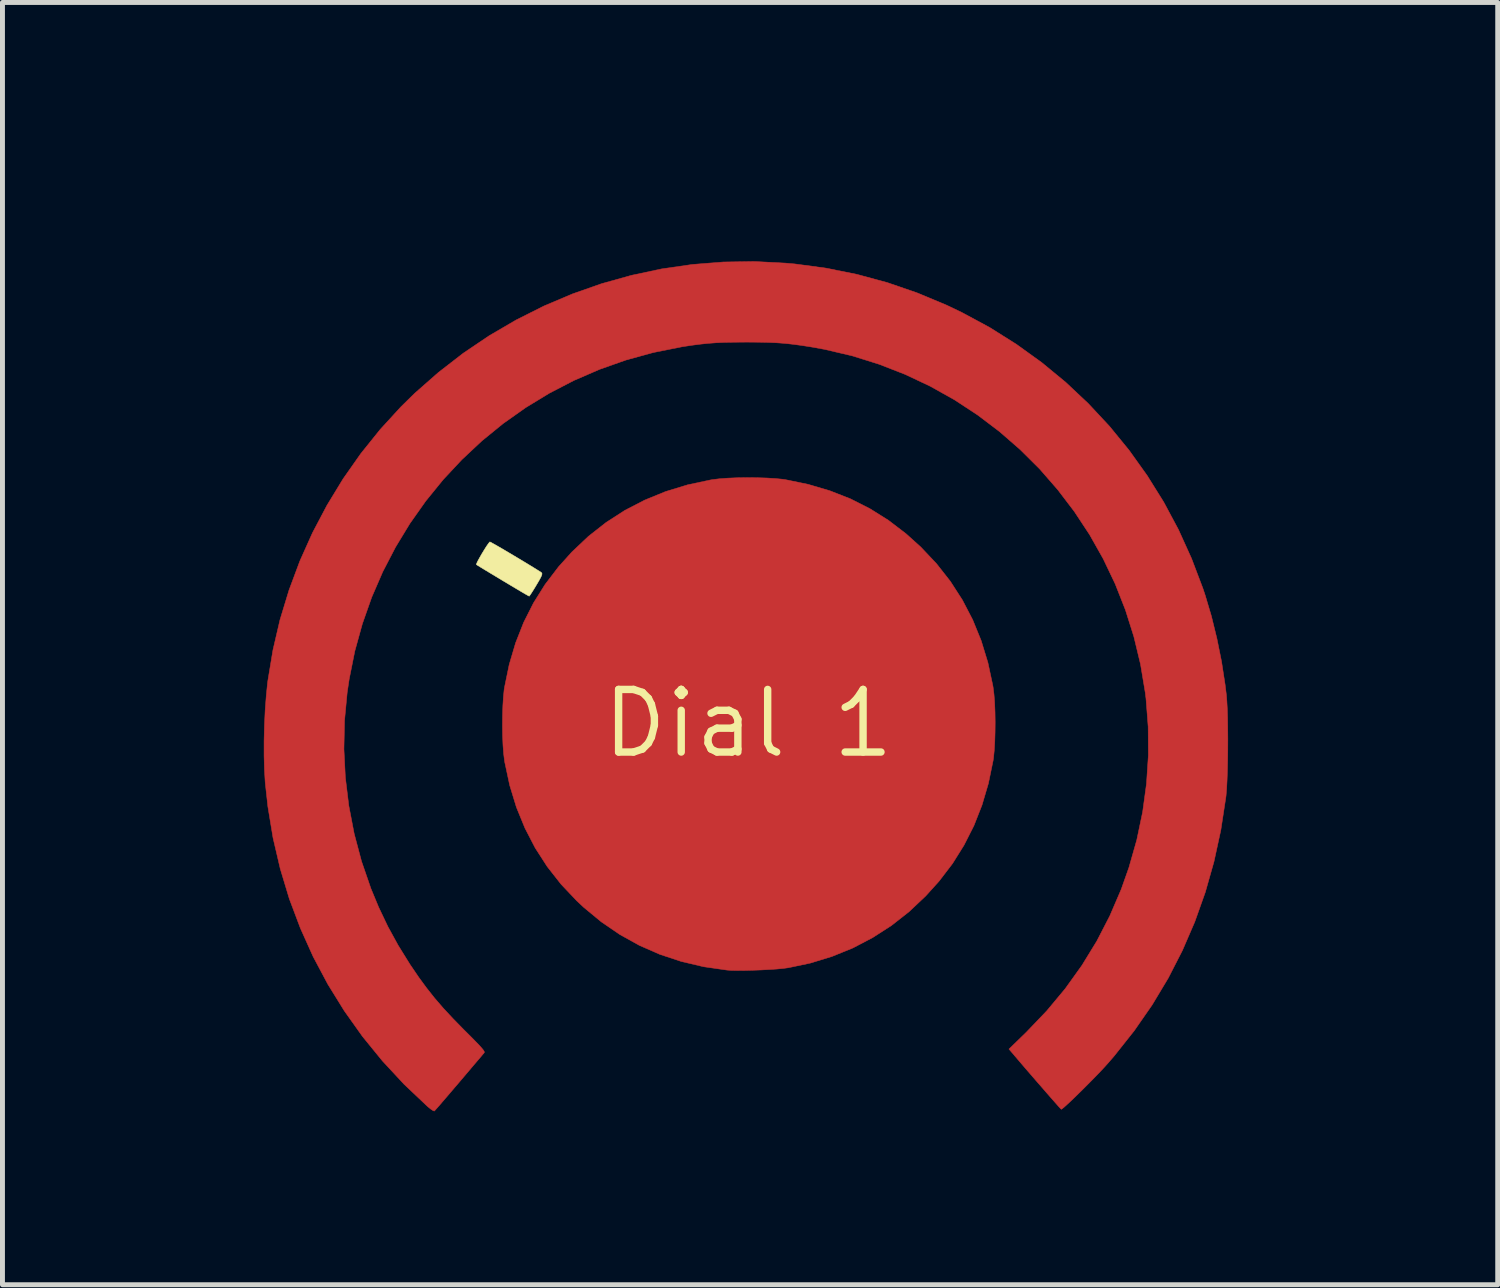
<source format=kicad_pcb>
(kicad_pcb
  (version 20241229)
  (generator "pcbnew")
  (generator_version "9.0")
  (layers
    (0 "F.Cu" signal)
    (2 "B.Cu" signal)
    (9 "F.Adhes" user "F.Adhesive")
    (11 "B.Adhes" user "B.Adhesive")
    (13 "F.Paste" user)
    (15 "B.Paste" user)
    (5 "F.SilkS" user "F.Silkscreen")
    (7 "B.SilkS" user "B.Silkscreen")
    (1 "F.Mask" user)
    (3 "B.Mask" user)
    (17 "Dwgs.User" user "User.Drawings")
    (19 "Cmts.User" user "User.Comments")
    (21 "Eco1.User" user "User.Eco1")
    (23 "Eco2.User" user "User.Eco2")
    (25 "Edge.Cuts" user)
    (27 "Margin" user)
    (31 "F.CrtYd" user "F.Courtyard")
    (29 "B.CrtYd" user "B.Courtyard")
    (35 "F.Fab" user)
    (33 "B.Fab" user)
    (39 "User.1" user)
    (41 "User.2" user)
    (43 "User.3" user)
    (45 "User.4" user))
  (footprint "Dial 1"
    (layer "F.Cu")
    (at 12.13 11.626)
    (property "Reference" "Dial 1" (at 0 0 0) (layer "F.SilkS") (effects (font (size 1.27 1.27) (thickness 0.15))))
    (attr through_hole)
    (fp_poly (pts (xy 0.178 -4.985) (xy 0.375 -4.979) (xy 0.554 -4.968) (xy 0.705 -4.953) (xy 0.751 -4.946) (xy 1.216 -4.85) (xy 1.656 -4.72) (xy 2.072 -4.557) (xy 2.467 -4.357) (xy 2.842 -4.122) (xy 3.199 -3.849) (xy 3.5 -3.578) (xy 3.818 -3.241) (xy 4.099 -2.883) (xy 4.344 -2.503) (xy 4.553 -2.101) (xy 4.725 -1.678) (xy 4.861 -1.233) (xy 4.961 -0.766) (xy 4.967 -0.73) (xy 4.984 -0.592) (xy 4.997 -0.423) (xy 5.005 -0.231) (xy 5.008 -0.028) (xy 5.006 0.177) (xy 5 0.374) (xy 4.989 0.553) (xy 4.974 0.704) (xy 4.967 0.751) (xy 4.871 1.216) (xy 4.741 1.656) (xy 4.577 2.073) (xy 4.377 2.468) (xy 4.142 2.844) (xy 3.869 3.201) (xy 3.599 3.5) (xy 3.262 3.818) (xy 2.903 4.1) (xy 2.522 4.345) (xy 2.121 4.555) (xy 1.698 4.727) (xy 1.257 4.862) (xy 0.815 4.955) (xy 0.713 4.969) (xy 0.579 4.982) (xy 0.423 4.992) (xy 0.255 5.001) (xy 0.083 5.007) (xy -0.082 5.011) (xy -0.232 5.012) (xy -0.356 5.009) (xy -0.434 5.003) (xy -0.907 4.935) (xy -1.36 4.828) (xy -1.795 4.684) (xy -2.21 4.502) (xy -2.606 4.282) (xy -2.982 4.025) (xy -3.339 3.73) (xy -3.479 3.599) (xy -3.797 3.263) (xy -4.078 2.905) (xy -4.323 2.525) (xy -4.531 2.123) (xy -4.704 1.7) (xy -4.84 1.255) (xy -4.94 0.787) (xy -4.946 0.751) (xy -4.963 0.613) (xy -4.976 0.443) (xy -4.984 0.252) (xy -4.987 0.048) (xy -4.985 -0.157) (xy -4.979 -0.354) (xy -4.968 -0.533) (xy -4.953 -0.684) (xy -4.946 -0.73) (xy -4.85 -1.195) (xy -4.72 -1.635) (xy -4.556 -2.051) (xy -4.357 -2.445) (xy -4.122 -2.82) (xy -3.85 -3.177) (xy -3.578 -3.479) (xy -3.242 -3.797) (xy -2.884 -4.078) (xy -2.504 -4.323) (xy -2.102 -4.531) (xy -1.679 -4.704) (xy -1.234 -4.84) (xy -0.766 -4.94) (xy -0.73 -4.946) (xy -0.592 -4.963) (xy -0.422 -4.976) (xy -0.231 -4.984) (xy -0.027 -4.987) (xy 0.178 -4.985)) (stroke (width 0.01) (type solid)) (fill yes) (layer "F.Cu"))
    (fp_poly (pts (xy 0.762 -9.338) (xy 0.942 -9.322) (xy 1.582 -9.236) (xy 2.209 -9.109) (xy 2.824 -8.942) (xy 3.428 -8.734) (xy 4.022 -8.486) (xy 4.329 -8.339) (xy 4.895 -8.034) (xy 5.436 -7.694) (xy 5.951 -7.323) (xy 6.439 -6.921) (xy 6.898 -6.489) (xy 7.328 -6.028) (xy 7.726 -5.541) (xy 8.093 -5.027) (xy 8.428 -4.49) (xy 8.728 -3.929) (xy 8.992 -3.346) (xy 9.221 -2.743) (xy 9.268 -2.602) (xy 9.395 -2.176) (xy 9.506 -1.723) (xy 9.6 -1.258) (xy 9.672 -0.793) (xy 9.698 -0.582) (xy 9.708 -0.457) (xy 9.717 -0.297) (xy 9.723 -0.111) (xy 9.726 0.095) (xy 9.728 0.314) (xy 9.727 0.537) (xy 9.724 0.757) (xy 9.719 0.968) (xy 9.712 1.161) (xy 9.703 1.329) (xy 9.692 1.464) (xy 9.687 1.503) (xy 9.586 2.163) (xy 9.447 2.803) (xy 9.271 3.423) (xy 9.058 4.023) (xy 8.807 4.604) (xy 8.519 5.166) (xy 8.193 5.709) (xy 7.828 6.235) (xy 7.425 6.743) (xy 7.299 6.889) (xy 7.23 6.966) (xy 7.144 7.058) (xy 7.047 7.159) (xy 6.942 7.266) (xy 6.835 7.374) (xy 6.728 7.48) (xy 6.627 7.579) (xy 6.535 7.667) (xy 6.457 7.739) (xy 6.397 7.793) (xy 6.359 7.822) (xy 6.349 7.827) (xy 6.332 7.81) (xy 6.291 7.765) (xy 6.23 7.696) (xy 6.151 7.606) (xy 6.058 7.5) (xy 5.955 7.381) (xy 5.844 7.254) (xy 5.73 7.122) (xy 5.615 6.989) (xy 5.504 6.859) (xy 5.399 6.736) (xy 5.391 6.726) (xy 5.288 6.606) (xy 5.64 6.264) (xy 6.053 5.832) (xy 6.429 5.381) (xy 6.768 4.908) (xy 7.07 4.415) (xy 7.335 3.901) (xy 7.565 3.365) (xy 7.722 2.921) (xy 7.881 2.363) (xy 8 1.795) (xy 8.078 1.222) (xy 8.116 0.645) (xy 8.112 0.069) (xy 8.068 -0.503) (xy 8.053 -0.624) (xy 7.957 -1.2) (xy 7.822 -1.76) (xy 7.65 -2.305) (xy 7.442 -2.833) (xy 7.199 -3.342) (xy 6.923 -3.831) (xy 6.615 -4.298) (xy 6.277 -4.742) (xy 5.911 -5.162) (xy 5.516 -5.555) (xy 5.096 -5.921) (xy 4.651 -6.258) (xy 4.183 -6.565) (xy 3.692 -6.84) (xy 3.182 -7.081) (xy 2.653 -7.287) (xy 2.106 -7.458) (xy 1.542 -7.59) (xy 1.27 -7.639) (xy 1.078 -7.669) (xy 0.906 -7.692) (xy 0.743 -7.71) (xy 0.58 -7.722) (xy 0.405 -7.73) (xy 0.21 -7.734) (xy -0.017 -7.736) (xy -0.042 -7.736) (xy -0.273 -7.734) (xy -0.471 -7.731) (xy -0.647 -7.723) (xy -0.811 -7.711) (xy -0.974 -7.694) (xy -1.144 -7.672) (xy -1.334 -7.643) (xy -1.355 -7.639) (xy -1.925 -7.525) (xy -2.479 -7.373) (xy -3.017 -7.183) (xy -3.537 -6.958) (xy -4.037 -6.699) (xy -4.515 -6.408) (xy -4.972 -6.085) (xy -5.404 -5.733) (xy -5.811 -5.352) (xy -6.191 -4.945) (xy -6.543 -4.512) (xy -6.865 -4.056) (xy -7.156 -3.577) (xy -7.415 -3.078) (xy -7.64 -2.559) (xy -7.829 -2.022) (xy -7.982 -1.469) (xy -8.096 -0.901) (xy -8.137 -0.627) (xy -8.191 -0.055) (xy -8.203 0.52) (xy -8.174 1.095) (xy -8.104 1.669) (xy -7.995 2.237) (xy -7.846 2.797) (xy -7.657 3.346) (xy -7.5 3.725) (xy -7.313 4.118) (xy -7.102 4.503) (xy -6.86 4.893) (xy -6.844 4.916) (xy -6.685 5.15) (xy -6.528 5.364) (xy -6.366 5.569) (xy -6.191 5.772) (xy -5.996 5.982) (xy -5.775 6.208) (xy -5.763 6.22) (xy -5.637 6.345) (xy -5.539 6.445) (xy -5.465 6.521) (xy -5.413 6.579) (xy -5.379 6.62) (xy -5.36 6.649) (xy -5.354 6.668) (xy -5.358 6.682) (xy -5.361 6.685) (xy -5.382 6.709) (xy -5.426 6.762) (xy -5.491 6.838) (xy -5.574 6.935) (xy -5.67 7.049) (xy -5.777 7.175) (xy -5.871 7.286) (xy -5.984 7.418) (xy -6.088 7.54) (xy -6.181 7.648) (xy -6.258 7.738) (xy -6.318 7.806) (xy -6.356 7.849) (xy -6.37 7.863) (xy -6.393 7.855) (xy -6.439 7.825) (xy -6.498 7.777) (xy -6.512 7.765) (xy -6.984 7.318) (xy -7.422 6.846) (xy -7.826 6.35) (xy -8.195 5.831) (xy -8.529 5.291) (xy -8.827 4.731) (xy -9.087 4.152) (xy -9.311 3.557) (xy -9.495 2.947) (xy -9.641 2.322) (xy -9.746 1.686) (xy -9.8 1.196) (xy -9.815 0.942) (xy -9.823 0.658) (xy -9.823 0.355) (xy -9.815 0.043) (xy -9.801 -0.264) (xy -9.779 -0.557) (xy -9.752 -0.825) (xy -9.746 -0.868) (xy -9.643 -1.489) (xy -9.5 -2.103) (xy -9.317 -2.705) (xy -9.097 -3.295) (xy -8.84 -3.869) (xy -8.547 -4.425) (xy -8.22 -4.962) (xy -7.86 -5.475) (xy -7.467 -5.964) (xy -7.044 -6.426) (xy -6.77 -6.695) (xy -6.287 -7.12) (xy -5.782 -7.511) (xy -5.256 -7.866) (xy -4.71 -8.185) (xy -4.147 -8.468) (xy -3.569 -8.713) (xy -2.977 -8.921) (xy -2.373 -9.09) (xy -1.759 -9.221) (xy -1.136 -9.311) (xy -0.508 -9.361) (xy 0.126 -9.371) (xy 0.762 -9.338)) (stroke (width 0.01) (type solid)) (fill yes) (layer "F.Cu"))
    (fp_poly (pts (xy 0.445 -9.525) (xy -0.127 -9.525) (xy -0.127 -11.62) (xy 0.445 -11.62) (xy 0.445 -9.525)) (stroke (width 0.01) (type solid)) (fill yes) (layer "F.Mask"))
    (fp_poly (pts (xy 12.137 -0.206) (xy 12.162 -0.206) (xy 12.163 -0.206) (xy 12.165 -0.184) (xy 12.169 -0.128) (xy 12.175 -0.045) (xy 12.181 0.057) (xy 12.182 0.09) (xy 12.198 0.381) (xy 11.607 0.381) (xy 11.421 0.382) (xy 11.218 0.383) (xy 11.012 0.386) (xy 10.816 0.389) (xy 10.642 0.393) (xy 10.557 0.395) (xy 10.097 0.409) (xy 10.097 -0.184) (xy 11.127 -0.197) (xy 11.332 -0.199) (xy 11.523 -0.202) (xy 11.697 -0.203) (xy 11.849 -0.205) (xy 11.976 -0.206) (xy 12.073 -0.206) (xy 12.137 -0.206)) (stroke (width 0.01) (type solid)) (fill yes) (layer "F.Mask"))
    (fp_poly (pts (xy -10.033 0.423) (xy -10.622 0.423) (xy -10.808 0.424) (xy -11.008 0.426) (xy -11.21 0.428) (xy -11.403 0.431) (xy -11.572 0.435) (xy -11.657 0.437) (xy -12.103 0.451) (xy -12.118 0.184) (xy -12.123 0.079) (xy -12.125 -0.011) (xy -12.125 -0.079) (xy -12.121 -0.115) (xy -12.121 -0.116) (xy -12.113 -0.126) (xy -12.092 -0.133) (xy -12.055 -0.139) (xy -11.998 -0.143) (xy -11.914 -0.146) (xy -11.8 -0.147) (xy -11.651 -0.148) (xy -11.551 -0.148) (xy -11.365 -0.149) (xy -11.159 -0.151) (xy -10.949 -0.153) (xy -10.748 -0.157) (xy -10.569 -0.161) (xy -10.513 -0.162) (xy -10.033 -0.176) (xy -10.033 0.423)) (stroke (width 0.01) (type solid)) (fill yes) (layer "F.Mask"))
    (fp_poly (pts (xy 7.904 6.565) (xy 7.95 6.605) (xy 8.018 6.668) (xy 8.106 6.75) (xy 8.21 6.847) (xy 8.326 6.957) (xy 8.451 7.075) (xy 8.581 7.199) (xy 8.712 7.324) (xy 8.841 7.448) (xy 8.964 7.566) (xy 9.078 7.676) (xy 9.178 7.774) (xy 9.262 7.856) (xy 9.325 7.92) (xy 9.365 7.961) (xy 9.377 7.975) (xy 9.363 7.997) (xy 9.326 8.042) (xy 9.272 8.101) (xy 9.209 8.169) (xy 9.143 8.237) (xy 9.081 8.3) (xy 9.03 8.349) (xy 8.997 8.377) (xy 8.988 8.382) (xy 8.968 8.367) (xy 8.921 8.327) (xy 8.851 8.263) (xy 8.761 8.18) (xy 8.654 8.08) (xy 8.535 7.967) (xy 8.407 7.845) (xy 8.403 7.841) (xy 8.266 7.709) (xy 8.131 7.578) (xy 8.002 7.453) (xy 7.886 7.34) (xy 7.786 7.243) (xy 7.707 7.166) (xy 7.664 7.123) (xy 7.486 6.945) (xy 7.673 6.748) (xy 7.746 6.674) (xy 7.809 6.613) (xy 7.857 6.57) (xy 7.884 6.551) (xy 7.886 6.551) (xy 7.904 6.565)) (stroke (width 0.01) (type solid)) (fill yes) (layer "F.Mask"))
    (fp_poly (pts (xy -8.689 -8.13) (xy -8.642 -8.089) (xy -8.573 -8.025) (xy -8.485 -7.942) (xy -8.38 -7.845) (xy -8.264 -7.735) (xy -8.14 -7.617) (xy -8.011 -7.494) (xy -7.881 -7.37) (xy -7.754 -7.248) (xy -7.634 -7.131) (xy -7.524 -7.025) (xy -7.427 -6.93) (xy -7.349 -6.853) (xy -7.294 -6.797) (xy -7.211 -6.711) (xy -7.399 -6.515) (xy -7.472 -6.44) (xy -7.535 -6.378) (xy -7.582 -6.334) (xy -7.608 -6.314) (xy -7.609 -6.314) (xy -7.628 -6.327) (xy -7.675 -6.367) (xy -7.745 -6.431) (xy -7.837 -6.516) (xy -7.947 -6.619) (xy -8.071 -6.738) (xy -8.209 -6.869) (xy -8.355 -7.01) (xy -8.361 -7.016) (xy -8.507 -7.158) (xy -8.643 -7.291) (xy -8.767 -7.413) (xy -8.875 -7.52) (xy -8.964 -7.61) (xy -9.032 -7.679) (xy -9.075 -7.725) (xy -9.091 -7.744) (xy -9.091 -7.744) (xy -9.077 -7.771) (xy -9.04 -7.818) (xy -8.986 -7.879) (xy -8.923 -7.948) (xy -8.858 -8.015) (xy -8.797 -8.075) (xy -8.746 -8.12) (xy -8.714 -8.143) (xy -8.708 -8.145) (xy -8.689 -8.13)) (stroke (width 0.01) (type solid)) (fill yes) (layer "F.Mask"))
    (fp_poly (pts (xy 8.541 -8.027) (xy 8.584 -7.99) (xy 8.641 -7.935) (xy 8.707 -7.87) (xy 8.773 -7.802) (xy 8.833 -7.738) (xy 8.88 -7.684) (xy 8.907 -7.648) (xy 8.911 -7.638) (xy 8.896 -7.621) (xy 8.854 -7.577) (xy 8.789 -7.512) (xy 8.704 -7.428) (xy 8.602 -7.329) (xy 8.487 -7.217) (xy 8.364 -7.098) (xy 8.234 -6.974) (xy 8.103 -6.848) (xy 7.974 -6.724) (xy 7.849 -6.606) (xy 7.734 -6.496) (xy 7.631 -6.399) (xy 7.544 -6.318) (xy 7.477 -6.256) (xy 7.432 -6.217) (xy 7.415 -6.204) (xy 7.395 -6.219) (xy 7.352 -6.26) (xy 7.292 -6.32) (xy 7.221 -6.393) (xy 7.209 -6.405) (xy 7.02 -6.605) (xy 7.082 -6.67) (xy 7.126 -6.715) (xy 7.193 -6.782) (xy 7.28 -6.866) (xy 7.383 -6.966) (xy 7.498 -7.077) (xy 7.622 -7.196) (xy 7.75 -7.319) (xy 7.88 -7.443) (xy 8.007 -7.564) (xy 8.129 -7.678) (xy 8.24 -7.783) (xy 8.337 -7.875) (xy 8.418 -7.949) (xy 8.477 -8.004) (xy 8.512 -8.034) (xy 8.519 -8.039) (xy 8.541 -8.027)) (stroke (width 0.01) (type solid)) (fill yes) (layer "F.Mask"))
    (fp_poly (pts (xy -8.134 6.471) (xy -8.092 6.51) (xy -8.037 6.567) (xy -7.974 6.634) (xy -7.91 6.704) (xy -7.851 6.77) (xy -7.805 6.826) (xy -7.777 6.863) (xy -7.772 6.875) (xy -7.789 6.894) (xy -7.833 6.939) (xy -7.901 7.006) (xy -7.988 7.092) (xy -8.092 7.192) (xy -8.208 7.304) (xy -8.332 7.423) (xy -8.462 7.548) (xy -8.593 7.673) (xy -8.722 7.795) (xy -8.846 7.912) (xy -8.96 8.019) (xy -9.06 8.114) (xy -9.144 8.192) (xy -9.208 8.25) (xy -9.247 8.284) (xy -9.259 8.293) (xy -9.282 8.28) (xy -9.328 8.242) (xy -9.389 8.183) (xy -9.459 8.11) (xy -9.469 8.099) (xy -9.538 8.024) (xy -9.595 7.959) (xy -9.634 7.913) (xy -9.652 7.891) (xy -9.652 7.89) (xy -9.637 7.873) (xy -9.595 7.83) (xy -9.53 7.765) (xy -9.444 7.682) (xy -9.343 7.583) (xy -9.228 7.472) (xy -9.104 7.353) (xy -8.975 7.229) (xy -8.844 7.103) (xy -8.714 6.979) (xy -8.59 6.861) (xy -8.474 6.751) (xy -8.371 6.654) (xy -8.284 6.572) (xy -8.217 6.51) (xy -8.172 6.47) (xy -8.155 6.456) (xy -8.134 6.471)) (stroke (width 0.01) (type solid)) (fill yes) (layer "F.Mask"))
    (fp_poly (pts (xy 0.204 -4.984) (xy 0.404 -4.977) (xy 0.584 -4.965) (xy 0.732 -4.947) (xy 0.74 -4.946) (xy 1.192 -4.854) (xy 1.628 -4.725) (xy 2.047 -4.559) (xy 2.445 -4.359) (xy 2.822 -4.126) (xy 3.175 -3.863) (xy 3.503 -3.57) (xy 3.803 -3.25) (xy 4.075 -2.904) (xy 4.316 -2.534) (xy 4.524 -2.141) (xy 4.698 -1.728) (xy 4.836 -1.296) (xy 4.889 -1.079) (xy 4.96 -0.674) (xy 4.998 -0.254) (xy 5.001 0.173) (xy 4.972 0.596) (xy 4.909 1.008) (xy 4.857 1.238) (xy 4.724 1.674) (xy 4.555 2.093) (xy 4.349 2.493) (xy 4.11 2.872) (xy 3.838 3.228) (xy 3.537 3.557) (xy 3.207 3.859) (xy 2.851 4.129) (xy 2.47 4.367) (xy 2.292 4.462) (xy 1.865 4.657) (xy 1.427 4.811) (xy 0.982 4.924) (xy 0.762 4.964) (xy 0.655 4.977) (xy 0.517 4.988) (xy 0.356 4.997) (xy 0.183 5.004) (xy 0.007 5.007) (xy -0.163 5.009) (xy -0.318 5.007) (xy -0.447 5.002) (xy -0.529 4.995) (xy -0.995 4.918) (xy -1.444 4.804) (xy -1.877 4.652) (xy -2.29 4.463) (xy -2.683 4.24) (xy -3.052 3.982) (xy -3.398 3.692) (xy -3.717 3.368) (xy -4.009 3.014) (xy -4.046 2.963) (xy -4.297 2.586) (xy -4.509 2.193) (xy -4.683 1.788) (xy -4.82 1.372) (xy -4.92 0.949) (xy -4.982 0.521) (xy -5.007 0.09) (xy -4.995 -0.341) (xy -4.947 -0.769) (xy -4.862 -1.192) (xy -4.741 -1.607) (xy -4.583 -2.011) (xy -4.39 -2.403) (xy -4.161 -2.779) (xy -3.897 -3.136) (xy -3.598 -3.473) (xy -3.556 -3.515) (xy -3.214 -3.829) (xy -2.848 -4.108) (xy -2.46 -4.351) (xy -2.053 -4.557) (xy -1.626 -4.726) (xy -1.183 -4.857) (xy -0.74 -4.946) (xy -0.594 -4.964) (xy -0.416 -4.976) (xy -0.216 -4.984) (xy -0.006 -4.986) (xy 0.204 -4.984)) (stroke (width 0.01) (type solid)) (fill yes) (layer "F.Mask"))
    (fp_poly (pts (xy 0.648 -9.39) (xy 0.942 -9.364) (xy 1.575 -9.278) (xy 2.2 -9.152) (xy 2.814 -8.987) (xy 3.414 -8.783) (xy 3.999 -8.541) (xy 4.566 -8.262) (xy 5.113 -7.948) (xy 5.638 -7.598) (xy 5.807 -7.475) (xy 6.016 -7.314) (xy 6.203 -7.165) (xy 6.377 -7.018) (xy 6.548 -6.864) (xy 6.727 -6.693) (xy 6.89 -6.531) (xy 7.304 -6.093) (xy 7.681 -5.642) (xy 8.024 -5.174) (xy 8.339 -4.682) (xy 8.63 -4.16) (xy 8.711 -4) (xy 8.98 -3.415) (xy 9.21 -2.814) (xy 9.4 -2.199) (xy 9.55 -1.568) (xy 9.661 -0.922) (xy 9.698 -0.624) (xy 9.708 -0.499) (xy 9.717 -0.34) (xy 9.723 -0.153) (xy 9.726 0.053) (xy 9.728 0.271) (xy 9.727 0.495) (xy 9.724 0.715) (xy 9.719 0.925) (xy 9.712 1.118) (xy 9.703 1.286) (xy 9.692 1.422) (xy 9.687 1.46) (xy 9.586 2.121) (xy 9.447 2.76) (xy 9.271 3.38) (xy 9.058 3.98) (xy 8.807 4.561) (xy 8.519 5.123) (xy 8.193 5.667) (xy 7.828 6.193) (xy 7.425 6.701) (xy 7.299 6.847) (xy 7.23 6.924) (xy 7.145 7.015) (xy 7.047 7.116) (xy 6.943 7.223) (xy 6.835 7.331) (xy 6.729 7.437) (xy 6.627 7.536) (xy 6.535 7.624) (xy 6.457 7.697) (xy 6.397 7.75) (xy 6.359 7.78) (xy 6.349 7.785) (xy 6.332 7.767) (xy 6.288 7.719) (xy 6.22 7.643) (xy 6.129 7.539) (xy 6.017 7.409) (xy 5.884 7.256) (xy 5.732 7.08) (xy 5.562 6.884) (xy 5.377 6.669) (xy 5.319 6.601) (xy 5.313 6.588) (xy 5.317 6.57) (xy 5.332 6.543) (xy 5.363 6.504) (xy 5.413 6.449) (xy 5.483 6.375) (xy 5.579 6.279) (xy 5.7 6.157) (xy 5.823 6.032) (xy 5.949 5.9) (xy 6.07 5.769) (xy 6.181 5.647) (xy 6.272 5.541) (xy 6.32 5.482) (xy 6.676 5.002) (xy 6.993 4.503) (xy 7.272 3.988) (xy 7.512 3.457) (xy 7.713 2.911) (xy 7.874 2.35) (xy 7.957 1.979) (xy 8.053 1.396) (xy 8.106 0.813) (xy 8.117 0.231) (xy 8.087 -0.348) (xy 8.015 -0.923) (xy 7.903 -1.492) (xy 7.749 -2.052) (xy 7.554 -2.603) (xy 7.319 -3.144) (xy 7.257 -3.27) (xy 6.979 -3.781) (xy 6.667 -4.268) (xy 6.324 -4.729) (xy 5.95 -5.163) (xy 5.547 -5.569) (xy 5.119 -5.945) (xy 4.665 -6.29) (xy 4.188 -6.603) (xy 3.69 -6.882) (xy 3.173 -7.126) (xy 2.638 -7.334) (xy 2.087 -7.505) (xy 1.522 -7.636) (xy 1.27 -7.681) (xy 1.078 -7.711) (xy 0.906 -7.735) (xy 0.743 -7.752) (xy 0.58 -7.764) (xy 0.405 -7.772) (xy 0.21 -7.777) (xy -0.017 -7.778) (xy -0.042 -7.778) (xy -0.273 -7.777) (xy -0.471 -7.773) (xy -0.647 -7.765) (xy -0.811 -7.754) (xy -0.974 -7.737) (xy -1.144 -7.714) (xy -1.334 -7.685) (xy -1.355 -7.681) (xy -1.925 -7.567) (xy -2.485 -7.412) (xy -3.033 -7.217) (xy -3.567 -6.983) (xy -4.085 -6.711) (xy -4.586 -6.402) (xy -5.067 -6.056) (xy -5.243 -5.916) (xy -5.366 -5.811) (xy -5.509 -5.68) (xy -5.664 -5.532) (xy -5.824 -5.372) (xy -5.983 -5.21) (xy -6.132 -5.051) (xy -6.264 -4.904) (xy -6.373 -4.775) (xy -6.383 -4.763) (xy -6.739 -4.284) (xy -7.057 -3.789) (xy -7.337 -3.277) (xy -7.579 -2.75) (xy -7.782 -2.212) (xy -7.946 -1.662) (xy -8.07 -1.102) (xy -8.154 -0.536) (xy -8.197 0.037) (xy -8.2 0.614) (xy -8.161 1.194) (xy -8.08 1.774) (xy -8.042 1.978) (xy -7.906 2.548) (xy -7.733 3.101) (xy -7.52 3.637) (xy -7.268 4.16) (xy -6.976 4.669) (xy -6.844 4.874) (xy -6.685 5.107) (xy -6.528 5.322) (xy -6.366 5.527) (xy -6.191 5.73) (xy -5.996 5.94) (xy -5.775 6.166) (xy -5.763 6.177) (xy -5.637 6.303) (xy -5.539 6.402) (xy -5.465 6.479) (xy -5.413 6.536) (xy -5.379 6.577) (xy -5.36 6.606) (xy -5.354 6.626) (xy -5.358 6.639) (xy -5.361 6.643) (xy -5.382 6.667) (xy -5.426 6.719) (xy -5.491 6.796) (xy -5.574 6.893) (xy -5.67 7.006) (xy -5.777 7.132) (xy -5.871 7.243) (xy -5.984 7.376) (xy -6.088 7.497) (xy -6.181 7.605) (xy -6.258 7.695) (xy -6.318 7.764) (xy -6.356 7.807) (xy -6.37 7.82) (xy -6.393 7.813) (xy -6.439 7.782) (xy -6.498 7.735) (xy -6.512 7.722) (xy -6.984 7.276) (xy -7.422 6.804) (xy -7.826 6.307) (xy -8.195 5.788) (xy -8.529 5.248) (xy -8.827 4.688) (xy -9.087 4.11) (xy -9.311 3.515) (xy -9.495 2.905) (xy -9.641 2.28) (xy -9.746 1.643) (xy -9.8 1.154) (xy -9.815 0.9) (xy -9.823 0.616) (xy -9.823 0.312) (xy -9.815 0.001) (xy -9.801 -0.307) (xy -9.779 -0.6) (xy -9.752 -0.867) (xy -9.746 -0.91) (xy -9.643 -1.532) (xy -9.5 -2.146) (xy -9.317 -2.749) (xy -9.097 -3.339) (xy -8.839 -3.913) (xy -8.546 -4.47) (xy -8.218 -5.007) (xy -7.857 -5.521) (xy -7.465 -6.01) (xy -7.041 -6.472) (xy -6.844 -6.667) (xy -6.367 -7.096) (xy -5.866 -7.492) (xy -5.345 -7.852) (xy -4.803 -8.176) (xy -4.244 -8.465) (xy -3.669 -8.716) (xy -3.08 -8.93) (xy -2.478 -9.106) (xy -1.866 -9.243) (xy -1.246 -9.341) (xy -0.619 -9.398) (xy 0.013 -9.415) (xy 0.648 -9.39)) (stroke (width 0.01) (type solid)) (fill yes) (layer "F.Mask"))
    (fp_poly (pts (xy -5.22 -3.673) (xy -5.167 -3.643) (xy -5.089 -3.599) (xy -4.992 -3.543) (xy -4.882 -3.478) (xy -4.764 -3.408) (xy -4.644 -3.336) (xy -4.527 -3.266) (xy -4.419 -3.2) (xy -4.326 -3.143) (xy -4.254 -3.098) (xy -4.207 -3.068) (xy -4.194 -3.058) (xy -4.185 -3.041) (xy -4.189 -3.013) (xy -4.208 -2.968) (xy -4.245 -2.9) (xy -4.3 -2.807) (xy -4.352 -2.721) (xy -4.396 -2.651) (xy -4.429 -2.602) (xy -4.444 -2.583) (xy -4.445 -2.582) (xy -4.465 -2.593) (xy -4.517 -2.622) (xy -4.596 -2.668) (xy -4.697 -2.728) (xy -4.816 -2.799) (xy -4.948 -2.878) (xy -4.98 -2.897) (xy -5.114 -2.978) (xy -5.237 -3.052) (xy -5.343 -3.116) (xy -5.428 -3.168) (xy -5.487 -3.204) (xy -5.515 -3.222) (xy -5.516 -3.223) (xy -5.511 -3.245) (xy -5.488 -3.294) (xy -5.451 -3.361) (xy -5.407 -3.438) (xy -5.359 -3.517) (xy -5.314 -3.589) (xy -5.275 -3.645) (xy -5.249 -3.678) (xy -5.242 -3.683) (xy -5.22 -3.673)) (stroke (width 0.01) (type solid)) (fill yes) (layer "F.SilkS")))
  (gr_rect
    (start -3 -3)
    (end 27.333 23.012)
    (stroke (width 0.1) (type default))
    (fill no)
    (layer "Edge.Cuts")))
</source>
